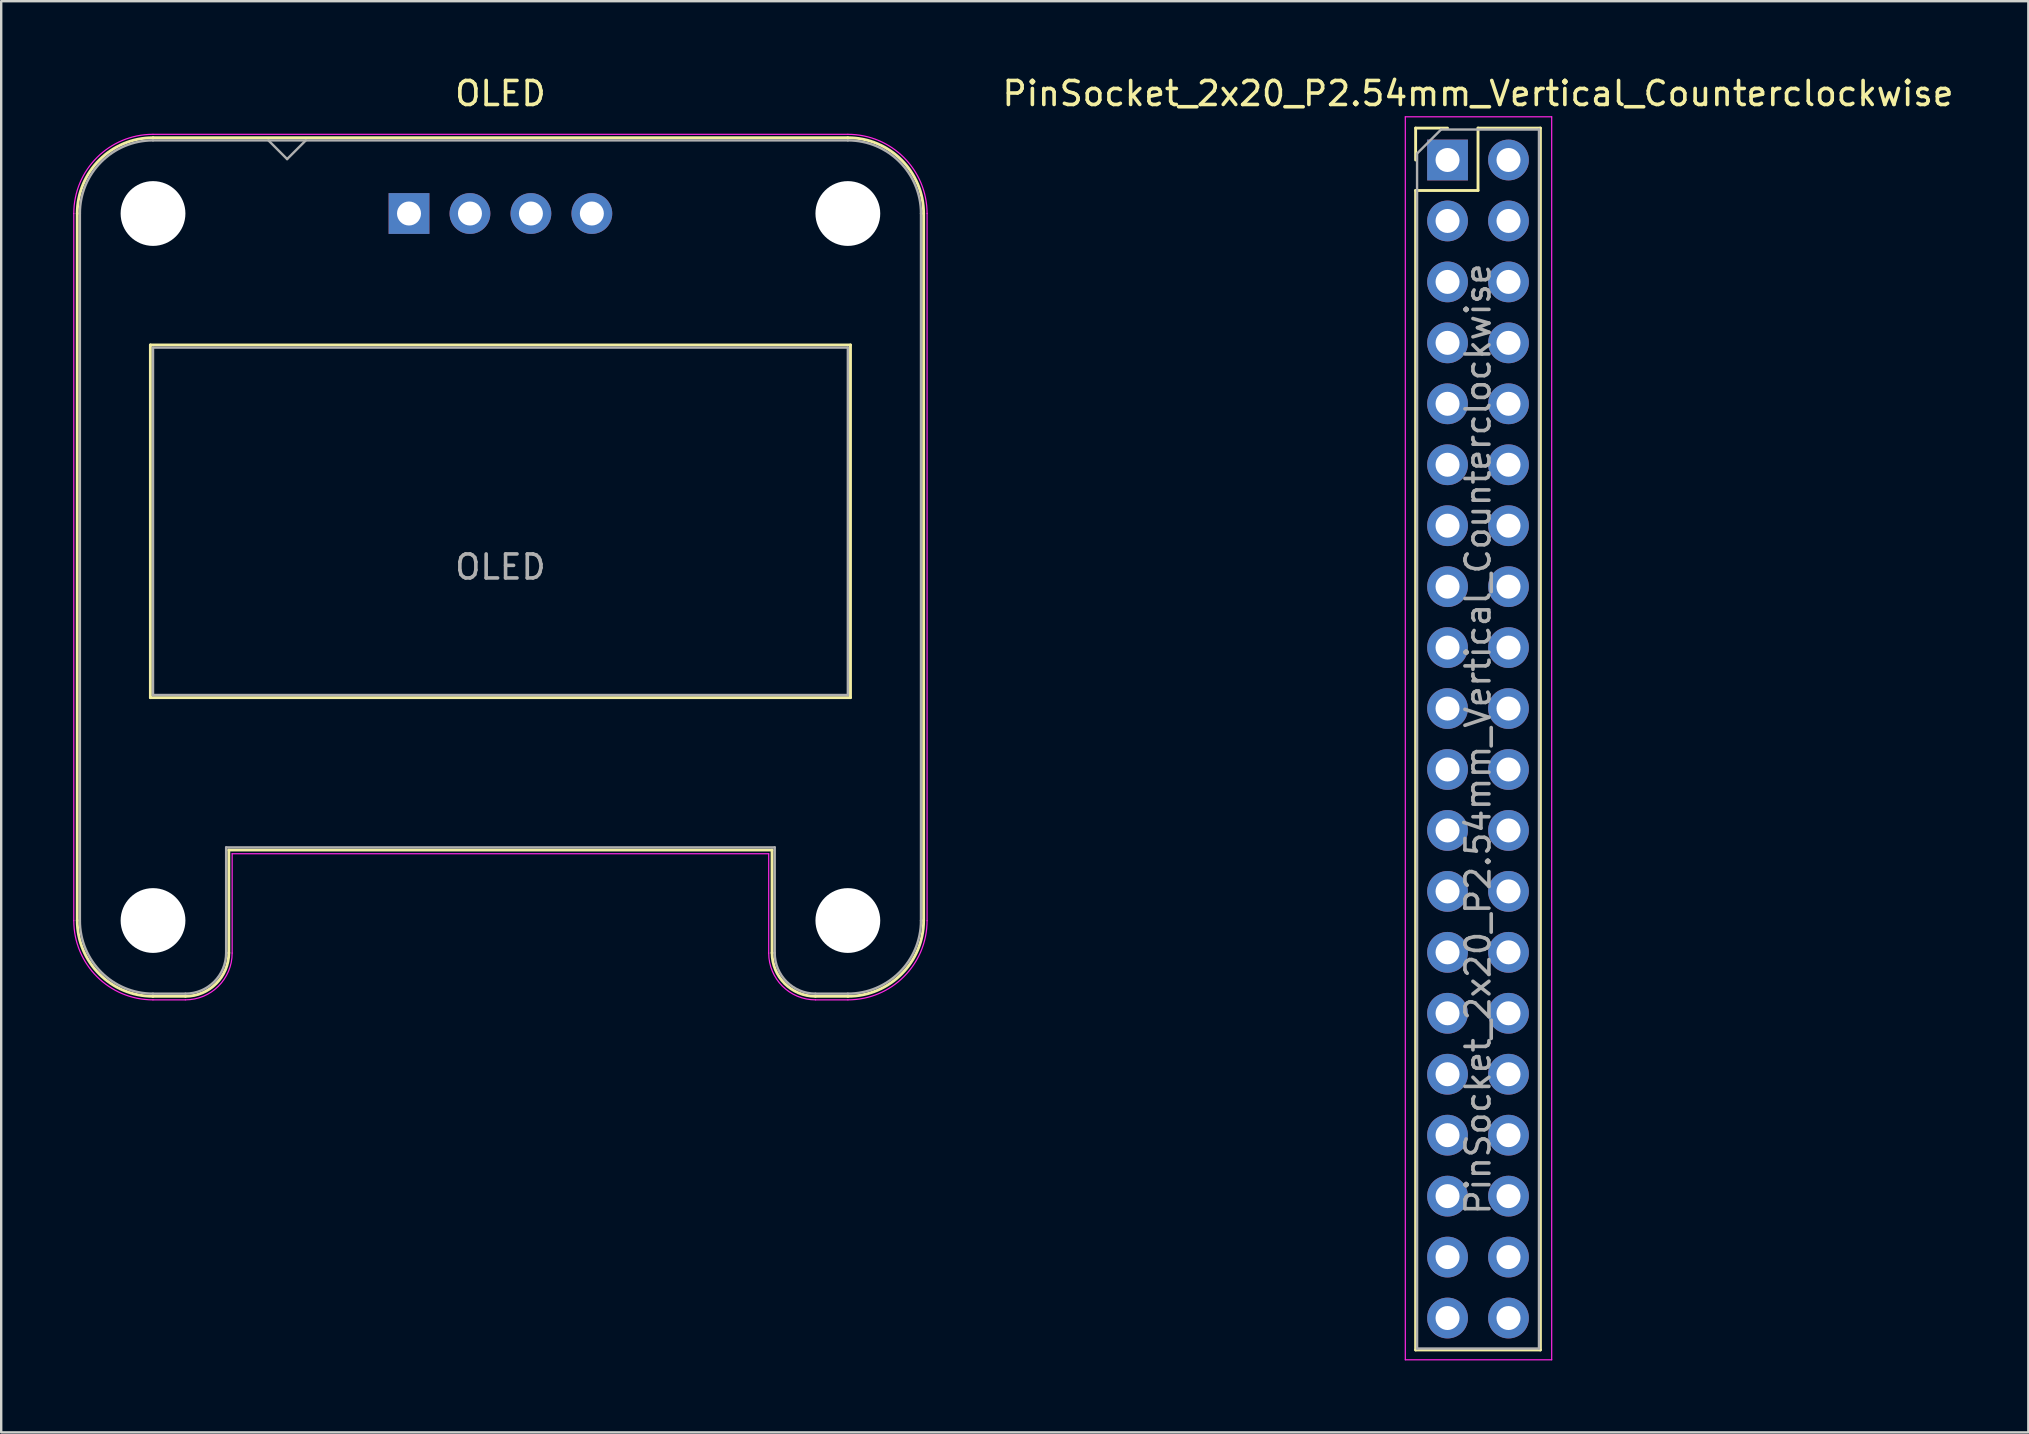
<source format=kicad_pcb>
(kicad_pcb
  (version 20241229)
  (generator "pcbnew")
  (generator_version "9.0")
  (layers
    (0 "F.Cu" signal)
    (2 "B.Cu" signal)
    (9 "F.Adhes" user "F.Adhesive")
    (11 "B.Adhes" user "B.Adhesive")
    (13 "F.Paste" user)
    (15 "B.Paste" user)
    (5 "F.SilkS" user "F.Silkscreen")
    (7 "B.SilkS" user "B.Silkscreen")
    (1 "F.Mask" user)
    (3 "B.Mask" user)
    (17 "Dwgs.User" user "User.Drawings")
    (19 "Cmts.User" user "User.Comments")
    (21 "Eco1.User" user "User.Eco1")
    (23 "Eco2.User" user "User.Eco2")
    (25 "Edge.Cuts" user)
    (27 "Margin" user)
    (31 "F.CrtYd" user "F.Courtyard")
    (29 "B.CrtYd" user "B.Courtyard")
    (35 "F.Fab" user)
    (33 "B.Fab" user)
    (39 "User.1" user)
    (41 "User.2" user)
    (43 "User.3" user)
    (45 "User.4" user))
  (footprint "OLED"
    (layer "F.Cu")
    (at 8.915 5.848)
    (property "Reference" "OLED" (at 8.89 -5 0) (layer "F.SilkS") (effects (font (size 1 1) (thickness 0.15))))
    (attr through_hole)
    (fp_line (start -8.746 0) (end -8.746 29.464) (stroke (width 0.12) (type solid)) (layer "F.SilkS"))
    (fp_line (start -5.698 5.478) (end -5.698 20.176) (stroke (width 0.12) (type solid)) (layer "F.SilkS"))
    (fp_line (start -5.698 5.478) (end 23.478 5.478) (stroke (width 0.12) (type solid)) (layer "F.SilkS"))
    (fp_line (start -5.698 20.176) (end 23.478 20.176) (stroke (width 0.12) (type solid)) (layer "F.SilkS"))
    (fp_line (start -4.238 32.622) (end -5.59 32.622) (stroke (width 0.12) (type solid)) (layer "F.SilkS"))
    (fp_line (start -2.43 26.526) (end -2.43 30.814) (stroke (width 0.12) (type solid)) (layer "F.SilkS"))
    (fp_line (start -2.43 26.526) (end 20.21 26.526) (stroke (width 0.12) (type solid)) (layer "F.SilkS"))
    (fp_line (start 20.21 26.526) (end 20.21 30.814) (stroke (width 0.12) (type solid)) (layer "F.SilkS"))
    (fp_line (start 22.018 32.622) (end 23.37 32.622) (stroke (width 0.12) (type solid)) (layer "F.SilkS"))
    (fp_line (start 23.368 -3.158) (end -5.588 -3.158) (stroke (width 0.12) (type solid)) (layer "F.SilkS"))
    (fp_line (start 23.478 5.478) (end 23.478 20.176) (stroke (width 0.12) (type solid)) (layer "F.SilkS"))
    (fp_line (start 26.526 0) (end 26.526 29.464) (stroke (width 0.12) (type solid)) (layer "F.SilkS"))
    (fp_arc (start -8.746 0) (mid -7.821043 -2.233043) (end -5.588 -3.158) (stroke (width 0.12) (type solid)) (layer "F.SilkS"))
    (fp_arc (start -5.588 32.622) (mid -7.821043 31.697043) (end -8.746 29.464) (stroke (width 0.12) (type solid)) (layer "F.SilkS"))
    (fp_arc (start -2.43 30.812) (mid -2.958137 32.091035) (end -4.236 32.622) (stroke (width 0.12) (type solid)) (layer "F.SilkS"))
    (fp_arc (start 22.016 32.622) (mid 20.738137 32.091035) (end 20.21 30.812) (stroke (width 0.12) (type solid)) (layer "F.SilkS"))
    (fp_arc (start 23.368 -3.158) (mid 25.601043 -2.233043) (end 26.526 0) (stroke (width 0.12) (type solid)) (layer "F.SilkS"))
    (fp_arc (start 26.526 29.464) (mid 25.601043 31.697043) (end 23.368 32.622) (stroke (width 0.12) (type solid)) (layer "F.SilkS"))
    (fp_line (start -8.89 0) (end -8.89 29.47) (stroke (width 0.05) (type solid)) (layer "F.CrtYd"))
    (fp_line (start -4.24 32.77) (end -5.59 32.77) (stroke (width 0.05) (type solid)) (layer "F.CrtYd"))
    (fp_line (start -2.29 26.68) (end -2.29 30.82) (stroke (width 0.05) (type solid)) (layer "F.CrtYd"))
    (fp_line (start -2.29 26.68) (end 20.07 26.68) (stroke (width 0.05) (type solid)) (layer "F.CrtYd"))
    (fp_line (start 20.07 26.68) (end 20.07 30.82) (stroke (width 0.05) (type solid)) (layer "F.CrtYd"))
    (fp_line (start 22.02 32.77) (end 23.37 32.77) (stroke (width 0.05) (type solid)) (layer "F.CrtYd"))
    (fp_line (start 23.37 -3.3) (end -5.59 -3.3) (stroke (width 0.05) (type solid)) (layer "F.CrtYd"))
    (fp_line (start 26.67 0) (end 26.67 29.47) (stroke (width 0.05) (type solid)) (layer "F.CrtYd"))
    (fp_arc (start -8.89 0) (mid -7.923452 -2.333452) (end -5.59 -3.3) (stroke (width 0.05) (type solid)) (layer "F.CrtYd"))
    (fp_arc (start -5.59 32.77) (mid -7.923452 31.803452) (end -8.89 29.47) (stroke (width 0.05) (type solid)) (layer "F.CrtYd"))
    (fp_arc (start -2.29 30.82) (mid -2.861142 32.198858) (end -4.24 32.77) (stroke (width 0.05) (type solid)) (layer "F.CrtYd"))
    (fp_arc (start 22.02 32.77) (mid 20.641142 32.198858) (end 20.07 30.82) (stroke (width 0.05) (type solid)) (layer "F.CrtYd"))
    (fp_arc (start 23.37 -3.3) (mid 25.703452 -2.333452) (end 26.67 0) (stroke (width 0.05) (type solid)) (layer "F.CrtYd"))
    (fp_arc (start 26.67 29.47) (mid 25.703452 31.803452) (end 23.37 32.77) (stroke (width 0.05) (type solid)) (layer "F.CrtYd"))
    (fp_line (start -8.636 0) (end -8.636 29.464) (stroke (width 0.1) (type solid)) (layer "F.Fab"))
    (fp_line (start -5.588 5.588) (end -5.588 20.066) (stroke (width 0.1) (type solid)) (layer "F.Fab"))
    (fp_line (start -5.588 5.588) (end 23.368 5.588) (stroke (width 0.1) (type solid)) (layer "F.Fab"))
    (fp_line (start -5.588 20.066) (end 23.368 20.066) (stroke (width 0.1) (type solid)) (layer "F.Fab"))
    (fp_line (start -4.238 32.512) (end -5.59 32.512) (stroke (width 0.1) (type solid)) (layer "F.Fab"))
    (fp_line (start -2.54 26.416) (end -2.54 30.814) (stroke (width 0.1) (type solid)) (layer "F.Fab"))
    (fp_line (start -2.54 26.416) (end 20.32 26.416) (stroke (width 0.1) (type solid)) (layer "F.Fab"))
    (fp_line (start -0.78 -3.048) (end 0 -2.268) (stroke (width 0.1) (type solid)) (layer "F.Fab"))
    (fp_line (start 0 -2.268) (end 0.78 -3.048) (stroke (width 0.1) (type solid)) (layer "F.Fab"))
    (fp_line (start 20.32 26.416) (end 20.32 30.814) (stroke (width 0.1) (type solid)) (layer "F.Fab"))
    (fp_line (start 22.018 32.512) (end 23.37 32.512) (stroke (width 0.1) (type solid)) (layer "F.Fab"))
    (fp_line (start 23.368 -3.048) (end -5.588 -3.048) (stroke (width 0.1) (type solid)) (layer "F.Fab"))
    (fp_line (start 23.368 5.588) (end 23.368 20.066) (stroke (width 0.1) (type solid)) (layer "F.Fab"))
    (fp_line (start 26.416 0) (end 26.416 29.464) (stroke (width 0.1) (type solid)) (layer "F.Fab"))
    (fp_arc (start -8.636 0.002) (mid -7.744676 -2.153847) (end -5.59 -3.048) (stroke (width 0.1) (type solid)) (layer "F.Fab"))
    (fp_arc (start -5.59 32.512) (mid -7.744676 31.617847) (end -8.636 29.462) (stroke (width 0.1) (type solid)) (layer "F.Fab"))
    (fp_arc (start -2.54 30.812) (mid -3.035918 32.013253) (end -4.236 32.512) (stroke (width 0.1) (type solid)) (layer "F.Fab"))
    (fp_arc (start 22.016 32.512) (mid 20.815918 32.013253) (end 20.32 30.812) (stroke (width 0.1) (type solid)) (layer "F.Fab"))
    (fp_arc (start 23.368 -3.048) (mid 25.523261 -2.155261) (end 26.416 0) (stroke (width 0.1) (type solid)) (layer "F.Fab"))
    (fp_arc (start 26.416 29.464) (mid 25.523261 31.619261) (end 23.368 32.512) (stroke (width 0.1) (type solid)) (layer "F.Fab"))
    (fp_text user "${REFERENCE}" (at 8.89 14.732 0) (layer "F.Fab") (effects (font (size 1 1) (thickness 0.15))))
    (pad "" np_thru_hole circle (at -5.588 0) (size 2.7 2.7) (drill 2.7) (layers "*.Cu" "*.Mask"))
    (pad "" np_thru_hole circle (at -5.588 29.464) (size 2.7 2.7) (drill 2.7) (layers "*.Cu" "*.Mask"))
    (pad "" np_thru_hole circle (at 23.368 0) (size 2.7 2.7) (drill 2.7) (layers "*.Cu" "*.Mask"))
    (pad "" np_thru_hole circle (at 23.368 29.464) (size 2.7 2.7) (drill 2.7) (layers "*.Cu" "*.Mask"))
    (pad "1" thru_hole rect (at 5.08 0) (size 1.7 1.7) (drill 1) (layers "*.Cu" "*.Mask"))
    (pad "2" thru_hole circle (at 7.62 0) (size 1.7 1.7) (drill 1) (layers "*.Cu" "*.Mask"))
    (pad "3" thru_hole circle (at 10.16 0) (size 1.7 1.7) (drill 1) (layers "*.Cu" "*.Mask"))
    (pad "4" thru_hole circle (at 12.7 0) (size 1.7 1.7) (drill 1) (layers "*.Cu" "*.Mask")))
  (footprint "PinSocket_2x20_P2.54mm_Vertical_Counterclockwise"
    (layer "F.Cu")
    (at 60.655 3.618)
    (property "Reference" "PinSocket_2x20_P2.54mm_Vertical_Counterclockwise" (at -2.11 -2.77 0) (layer "F.SilkS") (effects (font (size 1 1) (thickness 0.15))))
    (attr through_hole)
    (fp_line (start -4.71 -1.33) (end -4.71 0) (stroke (width 0.12) (type solid)) (layer "F.SilkS"))
    (fp_line (start -4.71 1.27) (end -4.71 49.59) (stroke (width 0.12) (type solid)) (layer "F.SilkS"))
    (fp_line (start -3.38 -1.33) (end -4.71 -1.33) (stroke (width 0.12) (type solid)) (layer "F.SilkS"))
    (fp_line (start -2.11 -1.33) (end -2.11 1.27) (stroke (width 0.12) (type solid)) (layer "F.SilkS"))
    (fp_line (start -2.11 1.27) (end -4.71 1.27) (stroke (width 0.12) (type solid)) (layer "F.SilkS"))
    (fp_line (start 0.49 -1.33) (end -2.11 -1.33) (stroke (width 0.12) (type solid)) (layer "F.SilkS"))
    (fp_line (start 0.49 -1.33) (end 0.49 49.59) (stroke (width 0.12) (type solid)) (layer "F.SilkS"))
    (fp_line (start 0.49 49.59) (end -4.71 49.59) (stroke (width 0.12) (type solid)) (layer "F.SilkS"))
    (fp_line (start -5.14 -1.8) (end -5.14 50) (stroke (width 0.05) (type solid)) (layer "F.CrtYd"))
    (fp_line (start -5.14 50) (end 0.96 50) (stroke (width 0.05) (type solid)) (layer "F.CrtYd"))
    (fp_line (start 0.96 -1.8) (end -5.14 -1.8) (stroke (width 0.05) (type solid)) (layer "F.CrtYd"))
    (fp_line (start 0.96 50) (end 0.96 -1.8) (stroke (width 0.05) (type solid)) (layer "F.CrtYd"))
    (fp_line (start -4.65 -0.27) (end -4.65 49.53) (stroke (width 0.1) (type solid)) (layer "F.Fab"))
    (fp_line (start -4.65 49.53) (end 0.43 49.53) (stroke (width 0.1) (type solid)) (layer "F.Fab"))
    (fp_line (start -3.65 -1.27) (end -4.65 -0.27) (stroke (width 0.1) (type solid)) (layer "F.Fab"))
    (fp_line (start 0.43 -1.27) (end -3.65 -1.27) (stroke (width 0.1) (type solid)) (layer "F.Fab"))
    (fp_line (start 0.43 49.53) (end 0.43 -1.27) (stroke (width 0.1) (type solid)) (layer "F.Fab"))
    (fp_text user "${REFERENCE}" (at -2.11 24.13 90) (layer "F.Fab") (effects (font (size 1 1) (thickness 0.15))))
    (pad "1" thru_hole rect (at -3.38 0) (size 1.7 1.7) (drill 1) (layers "*.Cu" "*.Mask"))
    (pad "2" thru_hole oval (at -3.38 2.54) (size 1.7 1.7) (drill 1) (layers "*.Cu" "*.Mask"))
    (pad "3" thru_hole oval (at -3.38 5.08) (size 1.7 1.7) (drill 1) (layers "*.Cu" "*.Mask"))
    (pad "4" thru_hole oval (at -3.38 7.62) (size 1.7 1.7) (drill 1) (layers "*.Cu" "*.Mask"))
    (pad "5" thru_hole oval (at -3.38 10.16) (size 1.7 1.7) (drill 1) (layers "*.Cu" "*.Mask"))
    (pad "6" thru_hole oval (at -3.38 12.7) (size 1.7 1.7) (drill 1) (layers "*.Cu" "*.Mask"))
    (pad "7" thru_hole oval (at -3.38 15.24) (size 1.7 1.7) (drill 1) (layers "*.Cu" "*.Mask"))
    (pad "8" thru_hole oval (at -3.38 17.78) (size 1.7 1.7) (drill 1) (layers "*.Cu" "*.Mask"))
    (pad "9" thru_hole oval (at -3.38 20.32) (size 1.7 1.7) (drill 1) (layers "*.Cu" "*.Mask"))
    (pad "10" thru_hole oval (at -3.38 22.86) (size 1.7 1.7) (drill 1) (layers "*.Cu" "*.Mask"))
    (pad "11" thru_hole oval (at -3.38 25.4) (size 1.7 1.7) (drill 1) (layers "*.Cu" "*.Mask"))
    (pad "12" thru_hole oval (at -3.38 27.94) (size 1.7 1.7) (drill 1) (layers "*.Cu" "*.Mask"))
    (pad "13" thru_hole oval (at -3.38 30.48) (size 1.7 1.7) (drill 1) (layers "*.Cu" "*.Mask"))
    (pad "14" thru_hole oval (at -3.38 33.02) (size 1.7 1.7) (drill 1) (layers "*.Cu" "*.Mask"))
    (pad "15" thru_hole oval (at -3.38 35.56) (size 1.7 1.7) (drill 1) (layers "*.Cu" "*.Mask"))
    (pad "16" thru_hole oval (at -3.38 38.1) (size 1.7 1.7) (drill 1) (layers "*.Cu" "*.Mask"))
    (pad "17" thru_hole oval (at -3.38 40.64) (size 1.7 1.7) (drill 1) (layers "*.Cu" "*.Mask"))
    (pad "18" thru_hole oval (at -3.38 43.18) (size 1.7 1.7) (drill 1) (layers "*.Cu" "*.Mask"))
    (pad "19" thru_hole oval (at -3.38 45.72) (size 1.7 1.7) (drill 1) (layers "*.Cu" "*.Mask"))
    (pad "20" thru_hole oval (at -3.38 48.26) (size 1.7 1.7) (drill 1) (layers "*.Cu" "*.Mask"))
    (pad "21" thru_hole oval (at -0.84 48.26) (size 1.7 1.7) (drill 1) (layers "*.Cu" "*.Mask"))
    (pad "22" thru_hole oval (at -0.84 45.72) (size 1.7 1.7) (drill 1) (layers "*.Cu" "*.Mask"))
    (pad "23" thru_hole oval (at -0.84 43.18) (size 1.7 1.7) (drill 1) (layers "*.Cu" "*.Mask"))
    (pad "24" thru_hole oval (at -0.84 40.64) (size 1.7 1.7) (drill 1) (layers "*.Cu" "*.Mask"))
    (pad "25" thru_hole oval (at -0.84 38.1) (size 1.7 1.7) (drill 1) (layers "*.Cu" "*.Mask"))
    (pad "26" thru_hole oval (at -0.84 35.56) (size 1.7 1.7) (drill 1) (layers "*.Cu" "*.Mask"))
    (pad "27" thru_hole oval (at -0.84 33.02) (size 1.7 1.7) (drill 1) (layers "*.Cu" "*.Mask"))
    (pad "28" thru_hole oval (at -0.84 30.48) (size 1.7 1.7) (drill 1) (layers "*.Cu" "*.Mask"))
    (pad "29" thru_hole oval (at -0.84 27.94) (size 1.7 1.7) (drill 1) (layers "*.Cu" "*.Mask"))
    (pad "30" thru_hole oval (at -0.84 25.4) (size 1.7 1.7) (drill 1) (layers "*.Cu" "*.Mask"))
    (pad "31" thru_hole oval (at -0.84 22.86) (size 1.7 1.7) (drill 1) (layers "*.Cu" "*.Mask"))
    (pad "32" thru_hole oval (at -0.84 20.32) (size 1.7 1.7) (drill 1) (layers "*.Cu" "*.Mask"))
    (pad "33" thru_hole oval (at -0.84 17.78) (size 1.7 1.7) (drill 1) (layers "*.Cu" "*.Mask"))
    (pad "34" thru_hole oval (at -0.84 15.24) (size 1.7 1.7) (drill 1) (layers "*.Cu" "*.Mask"))
    (pad "35" thru_hole oval (at -0.84 12.7) (size 1.7 1.7) (drill 1) (layers "*.Cu" "*.Mask"))
    (pad "36" thru_hole oval (at -0.84 10.16) (size 1.7 1.7) (drill 1) (layers "*.Cu" "*.Mask"))
    (pad "37" thru_hole oval (at -0.84 7.62) (size 1.7 1.7) (drill 1) (layers "*.Cu" "*.Mask"))
    (pad "38" thru_hole oval (at -0.84 5.08) (size 1.7 1.7) (drill 1) (layers "*.Cu" "*.Mask"))
    (pad "39" thru_hole oval (at -0.84 2.54) (size 1.7 1.7) (drill 1) (layers "*.Cu" "*.Mask"))
    (pad "40" thru_hole oval (at -0.84 0) (size 1.7 1.7) (drill 1) (layers "*.Cu" "*.Mask")))
  (gr_rect
    (start -3 -3)
    (end 81.479 56.643)
    (stroke (width 0.1) (type default))
    (fill no)
    (layer "Edge.Cuts")))
</source>
